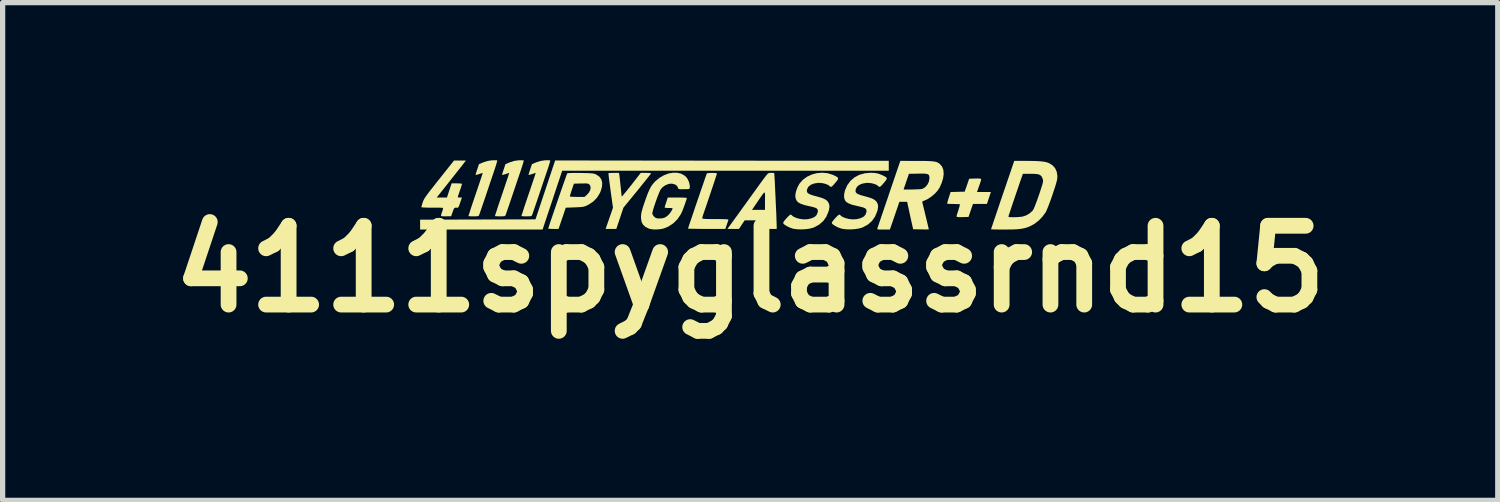
<source format=kicad_pcb>
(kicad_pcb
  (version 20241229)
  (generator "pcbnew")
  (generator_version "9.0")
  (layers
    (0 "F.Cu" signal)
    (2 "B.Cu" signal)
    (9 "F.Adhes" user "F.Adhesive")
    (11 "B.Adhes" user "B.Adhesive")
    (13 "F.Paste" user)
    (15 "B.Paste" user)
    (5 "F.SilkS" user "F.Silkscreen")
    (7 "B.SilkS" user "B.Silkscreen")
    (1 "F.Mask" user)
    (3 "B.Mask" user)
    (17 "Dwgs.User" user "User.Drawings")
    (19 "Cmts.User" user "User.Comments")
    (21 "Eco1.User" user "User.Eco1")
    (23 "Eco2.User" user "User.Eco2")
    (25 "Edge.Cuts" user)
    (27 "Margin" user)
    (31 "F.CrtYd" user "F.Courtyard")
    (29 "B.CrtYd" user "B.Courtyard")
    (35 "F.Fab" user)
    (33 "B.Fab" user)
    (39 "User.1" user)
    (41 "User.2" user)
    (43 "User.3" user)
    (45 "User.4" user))
  (footprint "4111spyglassrnd15"
    (layer "F.Cu")
    (at 11.229 2.069)
    (property "Reference" "4111spyglassrnd15" (at 0 0 0) (layer "F.SilkS") (effects (font (size 1.5 1.5) (thickness 0.3))))
    (attr board_only exclude_from_pos_files exclude_from_bom)
    (fp_poly (pts (xy -0.538 -2.061) (xy 2.637 -2.058) (xy 2.637 -1.964) (xy 2.637 -1.87) (xy -0.471 -1.87) (xy -3.579 -1.87) (xy -3.765 -1.31) (xy -3.952 -0.75) (xy -5.117 -0.75) (xy -6.283 -0.75) (xy -6.283 -0.844) (xy -6.283 -0.938) (xy -5.185 -0.941) (xy -4.087 -0.944) (xy -3.9 -1.504) (xy -3.713 -2.065)) (stroke (width 0) (type solid)) (fill yes) (layer "F.SilkS"))
    (fp_poly (pts (xy -2.491 -1.79) (xy -2.488 -1.766) (xy -2.483 -1.723) (xy -2.477 -1.666) (xy -2.47 -1.602) (xy -2.467 -1.571) (xy -2.46 -1.508) (xy -2.454 -1.453) (xy -2.45 -1.41) (xy -2.447 -1.384) (xy -2.446 -1.379) (xy -2.438 -1.384) (xy -2.418 -1.407) (xy -2.388 -1.443) (xy -2.349 -1.49) (xy -2.303 -1.547) (xy -2.263 -1.598) (xy -2.083 -1.829) (xy -1.985 -1.829) (xy -1.94 -1.827) (xy -1.907 -1.825) (xy -1.889 -1.821) (xy -1.887 -1.819) (xy -1.894 -1.808) (xy -1.915 -1.781) (xy -1.947 -1.74) (xy -1.989 -1.688) (xy -2.039 -1.626) (xy -2.095 -1.556) (xy -2.15 -1.488) (xy -2.413 -1.167) (xy -2.481 -0.964) (xy -2.549 -0.762) (xy -2.651 -0.762) (xy -2.752 -0.762) (xy -2.682 -0.964) (xy -2.612 -1.166) (xy -2.658 -1.492) (xy -2.669 -1.576) (xy -2.679 -1.653) (xy -2.688 -1.719) (xy -2.694 -1.771) (xy -2.697 -1.807) (xy -2.698 -1.823) (xy -2.698 -1.823) (xy -2.684 -1.826) (xy -2.653 -1.827) (xy -2.61 -1.828) (xy -2.595 -1.829) (xy -2.498 -1.829)) (stroke (width 0) (type solid)) (fill yes) (layer "F.SilkS"))
    (fp_poly (pts (xy 4.369 -1.72) (xy 4.388 -1.717) (xy 4.395 -1.71) (xy 4.395 -1.706) (xy 4.392 -1.688) (xy 4.382 -1.654) (xy 4.367 -1.609) (xy 4.356 -1.577) (xy 4.316 -1.465) (xy 4.448 -1.465) (xy 4.581 -1.465) (xy 4.543 -1.351) (xy 4.505 -1.237) (xy 4.372 -1.237) (xy 4.24 -1.237) (xy 4.197 -1.114) (xy 4.155 -0.99) (xy 4.041 -0.987) (xy 3.986 -0.986) (xy 3.951 -0.988) (xy 3.933 -0.992) (xy 3.927 -0.999) (xy 3.927 -1) (xy 3.93 -1.017) (xy 3.94 -1.051) (xy 3.954 -1.095) (xy 3.962 -1.119) (xy 3.976 -1.165) (xy 3.986 -1.202) (xy 3.991 -1.225) (xy 3.99 -1.23) (xy 3.976 -1.233) (xy 3.944 -1.235) (xy 3.9 -1.236) (xy 3.867 -1.237) (xy 3.818 -1.237) (xy 3.778 -1.239) (xy 3.753 -1.241) (xy 3.748 -1.243) (xy 3.75 -1.256) (xy 3.758 -1.287) (xy 3.77 -1.329) (xy 3.779 -1.357) (xy 3.814 -1.464) (xy 3.948 -1.468) (xy 4.082 -1.471) (xy 4.125 -1.594) (xy 4.167 -1.717) (xy 4.281 -1.721) (xy 4.335 -1.722)) (stroke (width 0) (type solid)) (fill yes) (layer "F.SilkS"))
    (fp_poly (pts (xy -4.831 -2.068) (xy -4.815 -2.067) (xy -4.815 -2.067) (xy -4.816 -2.055) (xy -4.824 -2.024) (xy -4.837 -1.979) (xy -4.855 -1.923) (xy -4.872 -1.872) (xy -4.894 -1.807) (xy -4.922 -1.725) (xy -4.953 -1.633) (xy -4.986 -1.535) (xy -5.019 -1.437) (xy -5.041 -1.371) (xy -5.069 -1.289) (xy -5.095 -1.213) (xy -5.118 -1.146) (xy -5.137 -1.091) (xy -5.15 -1.052) (xy -5.158 -1.032) (xy -5.158 -1.031) (xy -5.165 -1.016) (xy -5.176 -1.007) (xy -5.196 -1.003) (xy -5.23 -1.002) (xy -5.264 -1.002) (xy -5.309 -1.002) (xy -5.343 -1.004) (xy -5.361 -1.005) (xy -5.362 -1.006) (xy -5.36 -1.018) (xy -5.35 -1.049) (xy -5.334 -1.097) (xy -5.314 -1.161) (xy -5.289 -1.236) (xy -5.26 -1.321) (xy -5.229 -1.414) (xy -5.227 -1.419) (xy -5.195 -1.512) (xy -5.167 -1.597) (xy -5.141 -1.673) (xy -5.12 -1.736) (xy -5.104 -1.785) (xy -5.095 -1.817) (xy -5.091 -1.828) (xy -5.091 -1.829) (xy -5.104 -1.825) (xy -5.131 -1.816) (xy -5.161 -1.806) (xy -5.196 -1.795) (xy -5.22 -1.79) (xy -5.228 -1.792) (xy -5.224 -1.806) (xy -5.215 -1.837) (xy -5.201 -1.879) (xy -5.195 -1.898) (xy -5.162 -1.996) (xy -5.075 -2.031) (xy -4.997 -2.056) (xy -4.922 -2.067) (xy -4.905 -2.068) (xy -4.863 -2.069)) (stroke (width 0) (type solid)) (fill yes) (layer "F.SilkS"))
    (fp_poly (pts (xy -4.327 -2.068) (xy -4.311 -2.067) (xy -4.311 -2.067) (xy -4.312 -2.055) (xy -4.32 -2.024) (xy -4.333 -1.979) (xy -4.351 -1.923) (xy -4.368 -1.872) (xy -4.39 -1.807) (xy -4.418 -1.725) (xy -4.449 -1.633) (xy -4.482 -1.535) (xy -4.515 -1.437) (xy -4.537 -1.371) (xy -4.565 -1.289) (xy -4.591 -1.213) (xy -4.614 -1.146) (xy -4.633 -1.091) (xy -4.646 -1.052) (xy -4.654 -1.032) (xy -4.654 -1.031) (xy -4.661 -1.016) (xy -4.672 -1.007) (xy -4.692 -1.003) (xy -4.726 -1.002) (xy -4.76 -1.002) (xy -4.805 -1.002) (xy -4.839 -1.004) (xy -4.857 -1.005) (xy -4.858 -1.006) (xy -4.856 -1.018) (xy -4.846 -1.049) (xy -4.83 -1.097) (xy -4.81 -1.161) (xy -4.785 -1.236) (xy -4.756 -1.321) (xy -4.725 -1.414) (xy -4.723 -1.419) (xy -4.691 -1.512) (xy -4.663 -1.597) (xy -4.637 -1.673) (xy -4.616 -1.736) (xy -4.6 -1.785) (xy -4.591 -1.817) (xy -4.587 -1.828) (xy -4.587 -1.829) (xy -4.599 -1.825) (xy -4.627 -1.816) (xy -4.657 -1.806) (xy -4.692 -1.795) (xy -4.716 -1.79) (xy -4.724 -1.792) (xy -4.72 -1.806) (xy -4.711 -1.837) (xy -4.697 -1.879) (xy -4.691 -1.898) (xy -4.658 -1.996) (xy -4.571 -2.031) (xy -4.493 -2.056) (xy -4.418 -2.067) (xy -4.401 -2.068) (xy -4.359 -2.069)) (stroke (width 0) (type solid)) (fill yes) (layer "F.SilkS"))
    (fp_poly (pts (xy -3.823 -2.068) (xy -3.807 -2.067) (xy -3.807 -2.067) (xy -3.808 -2.055) (xy -3.816 -2.024) (xy -3.829 -1.979) (xy -3.847 -1.923) (xy -3.864 -1.872) (xy -3.886 -1.807) (xy -3.914 -1.725) (xy -3.945 -1.633) (xy -3.978 -1.535) (xy -4.011 -1.437) (xy -4.033 -1.371) (xy -4.061 -1.289) (xy -4.087 -1.213) (xy -4.11 -1.146) (xy -4.129 -1.091) (xy -4.142 -1.052) (xy -4.15 -1.032) (xy -4.15 -1.031) (xy -4.157 -1.016) (xy -4.168 -1.007) (xy -4.188 -1.003) (xy -4.222 -1.002) (xy -4.256 -1.002) (xy -4.301 -1.002) (xy -4.335 -1.004) (xy -4.353 -1.005) (xy -4.354 -1.006) (xy -4.352 -1.018) (xy -4.342 -1.049) (xy -4.326 -1.097) (xy -4.306 -1.161) (xy -4.281 -1.236) (xy -4.252 -1.321) (xy -4.221 -1.414) (xy -4.219 -1.419) (xy -4.187 -1.512) (xy -4.159 -1.597) (xy -4.133 -1.673) (xy -4.112 -1.736) (xy -4.096 -1.785) (xy -4.086 -1.817) (xy -4.083 -1.828) (xy -4.083 -1.829) (xy -4.095 -1.825) (xy -4.123 -1.816) (xy -4.153 -1.806) (xy -4.188 -1.795) (xy -4.212 -1.79) (xy -4.22 -1.792) (xy -4.216 -1.806) (xy -4.207 -1.837) (xy -4.193 -1.879) (xy -4.187 -1.898) (xy -4.154 -1.996) (xy -4.067 -2.031) (xy -3.988 -2.056) (xy -3.914 -2.067) (xy -3.897 -2.068) (xy -3.855 -2.069)) (stroke (width 0) (type solid)) (fill yes) (layer "F.SilkS"))
    (fp_poly (pts (xy 0.39 -1.829) (xy 0.4 -1.829) (xy 0.433 -1.828) (xy 0.454 -1.827) (xy 0.457 -1.826) (xy 0.459 -1.8) (xy 0.462 -1.755) (xy 0.466 -1.692) (xy 0.47 -1.616) (xy 0.474 -1.529) (xy 0.478 -1.435) (xy 0.483 -1.337) (xy 0.487 -1.238) (xy 0.492 -1.141) (xy 0.496 -1.05) (xy 0.499 -0.968) (xy 0.501 -0.898) (xy 0.503 -0.844) (xy 0.504 -0.808) (xy 0.504 -0.802) (xy 0.504 -0.762) (xy 0.399 -0.762) (xy 0.293 -0.762) (xy 0.293 -0.844) (xy 0.293 -0.926) (xy 0.094 -0.926) (xy -0.105 -0.926) (xy -0.16 -0.844) (xy -0.214 -0.762) (xy -0.324 -0.762) (xy -0.434 -0.762) (xy -0.279 -0.976) (xy -0.228 -1.046) (xy -0.171 -1.125) (xy 0.034 -1.125) (xy 0.158 -1.125) (xy 0.281 -1.125) (xy 0.281 -1.303) (xy 0.282 -1.365) (xy 0.282 -1.412) (xy 0.28 -1.441) (xy 0.274 -1.455) (xy 0.262 -1.45) (xy 0.243 -1.429) (xy 0.215 -1.39) (xy 0.175 -1.332) (xy 0.136 -1.275) (xy 0.034 -1.125) (xy -0.171 -1.125) (xy -0.168 -1.13) (xy -0.101 -1.222) (xy -0.033 -1.316) (xy 0.032 -1.407) (xy 0.074 -1.465) (xy 0.141 -1.558) (xy 0.195 -1.633) (xy 0.239 -1.693) (xy 0.274 -1.74) (xy 0.301 -1.774) (xy 0.321 -1.799) (xy 0.338 -1.814) (xy 0.351 -1.824) (xy 0.363 -1.828) (xy 0.376 -1.829)) (stroke (width 0) (type solid)) (fill yes) (layer "F.SilkS"))
    (fp_poly (pts (xy -0.703 -1.828) (xy -0.667 -1.826) (xy -0.641 -1.822) (xy -0.633 -1.817) (xy -0.637 -1.804) (xy -0.647 -1.771) (xy -0.663 -1.723) (xy -0.683 -1.66) (xy -0.707 -1.588) (xy -0.734 -1.509) (xy -0.762 -1.425) (xy -0.791 -1.339) (xy -0.819 -1.256) (xy -0.846 -1.177) (xy -0.871 -1.105) (xy -0.878 -1.085) (xy -0.894 -1.038) (xy -0.906 -0.998) (xy -0.913 -0.972) (xy -0.914 -0.965) (xy -0.91 -0.96) (xy -0.896 -0.956) (xy -0.869 -0.953) (xy -0.827 -0.951) (xy -0.768 -0.95) (xy -0.688 -0.949) (xy -0.661 -0.949) (xy -0.575 -0.949) (xy -0.51 -0.948) (xy -0.463 -0.946) (xy -0.433 -0.944) (xy -0.418 -0.94) (xy -0.414 -0.935) (xy -0.414 -0.935) (xy -0.421 -0.917) (xy -0.432 -0.884) (xy -0.446 -0.842) (xy -0.447 -0.841) (xy -0.473 -0.762) (xy -0.829 -0.762) (xy -0.917 -0.762) (xy -0.998 -0.763) (xy -1.067 -0.764) (xy -1.123 -0.765) (xy -1.162 -0.766) (xy -1.182 -0.768) (xy -1.184 -0.768) (xy -1.18 -0.781) (xy -1.17 -0.813) (xy -1.154 -0.862) (xy -1.132 -0.925) (xy -1.107 -0.999) (xy -1.079 -1.082) (xy -1.049 -1.172) (xy -1.017 -1.265) (xy -0.985 -1.358) (xy -0.954 -1.45) (xy -0.924 -1.537) (xy -0.896 -1.617) (xy -0.872 -1.688) (xy -0.852 -1.745) (xy -0.837 -1.788) (xy -0.828 -1.812) (xy -0.826 -1.817) (xy -0.812 -1.823) (xy -0.783 -1.826) (xy -0.744 -1.828)) (stroke (width 0) (type solid)) (fill yes) (layer "F.SilkS"))
    (fp_poly (pts (xy -5.446 -2.019) (xy -5.464 -1.995) (xy -5.496 -1.954) (xy -5.541 -1.897) (xy -5.599 -1.824) (xy -5.668 -1.737) (xy -5.747 -1.636) (xy -5.837 -1.523) (xy -5.904 -1.439) (xy -5.967 -1.36) (xy -5.87 -1.36) (xy -5.772 -1.36) (xy -5.728 -1.494) (xy -5.683 -1.629) (xy -5.584 -1.629) (xy -5.54 -1.628) (xy -5.505 -1.625) (xy -5.487 -1.621) (xy -5.486 -1.619) (xy -5.489 -1.605) (xy -5.499 -1.573) (xy -5.513 -1.529) (xy -5.527 -1.49) (xy -5.543 -1.441) (xy -5.557 -1.401) (xy -5.565 -1.374) (xy -5.568 -1.365) (xy -5.557 -1.362) (xy -5.532 -1.36) (xy -5.527 -1.36) (xy -5.487 -1.36) (xy -5.514 -1.281) (xy -5.532 -1.229) (xy -5.545 -1.195) (xy -5.555 -1.176) (xy -5.565 -1.167) (xy -5.578 -1.165) (xy -5.592 -1.166) (xy -5.613 -1.167) (xy -5.628 -1.161) (xy -5.64 -1.145) (xy -5.653 -1.114) (xy -5.668 -1.073) (xy -5.693 -1.003) (xy -5.781 -1.002) (xy -5.826 -1.002) (xy -5.861 -1.003) (xy -5.881 -1.005) (xy -5.882 -1.005) (xy -5.885 -1.018) (xy -5.878 -1.048) (xy -5.866 -1.084) (xy -5.851 -1.127) (xy -5.847 -1.153) (xy -5.852 -1.163) (xy -5.852 -1.163) (xy -5.868 -1.165) (xy -5.904 -1.166) (xy -5.954 -1.167) (xy -6.015 -1.167) (xy -6.063 -1.167) (xy -6.134 -1.167) (xy -6.192 -1.169) (xy -6.233 -1.171) (xy -6.256 -1.175) (xy -6.259 -1.177) (xy -6.256 -1.193) (xy -6.247 -1.225) (xy -6.234 -1.265) (xy -6.234 -1.267) (xy -6.226 -1.289) (xy -6.216 -1.311) (xy -6.203 -1.336) (xy -6.185 -1.365) (xy -6.16 -1.4) (xy -6.127 -1.445) (xy -6.085 -1.5) (xy -6.031 -1.568) (xy -5.966 -1.651) (xy -5.923 -1.705) (xy -5.638 -2.063) (xy -5.525 -2.063) (xy -5.412 -2.063)) (stroke (width 0) (type solid)) (fill yes) (layer "F.SilkS"))
    (fp_poly (pts (xy -3.249 -1.827) (xy -3.227 -1.827) (xy -3.145 -1.825) (xy -3.082 -1.824) (xy -3.036 -1.821) (xy -3.002 -1.818) (xy -2.976 -1.814) (xy -2.955 -1.807) (xy -2.935 -1.799) (xy -2.924 -1.793) (xy -2.869 -1.754) (xy -2.833 -1.702) (xy -2.817 -1.639) (xy -2.821 -1.566) (xy -2.845 -1.483) (xy -2.862 -1.444) (xy -2.916 -1.356) (xy -2.989 -1.282) (xy -3.079 -1.223) (xy -3.091 -1.217) (xy -3.122 -1.202) (xy -3.15 -1.191) (xy -3.178 -1.184) (xy -3.212 -1.179) (xy -3.258 -1.176) (xy -3.321 -1.173) (xy -3.34 -1.172) (xy -3.511 -1.166) (xy -3.579 -0.964) (xy -3.648 -0.762) (xy -3.746 -0.762) (xy -3.791 -0.763) (xy -3.825 -0.764) (xy -3.843 -0.767) (xy -3.845 -0.768) (xy -3.841 -0.781) (xy -3.83 -0.814) (xy -3.814 -0.864) (xy -3.793 -0.928) (xy -3.767 -1.003) (xy -3.739 -1.086) (xy -3.708 -1.176) (xy -3.676 -1.269) (xy -3.644 -1.363) (xy -3.638 -1.381) (xy -3.434 -1.381) (xy -3.423 -1.377) (xy -3.394 -1.374) (xy -3.349 -1.372) (xy -3.295 -1.371) (xy -3.294 -1.371) (xy -3.154 -1.371) (xy -3.111 -1.409) (xy -3.07 -1.454) (xy -3.045 -1.502) (xy -3.037 -1.548) (xy -3.047 -1.589) (xy -3.06 -1.606) (xy -3.072 -1.616) (xy -3.087 -1.623) (xy -3.111 -1.627) (xy -3.147 -1.628) (xy -3.2 -1.627) (xy -3.22 -1.627) (xy -3.356 -1.623) (xy -3.395 -1.507) (xy -3.411 -1.458) (xy -3.424 -1.417) (xy -3.432 -1.389) (xy -3.434 -1.381) (xy -3.638 -1.381) (xy -3.612 -1.455) (xy -3.582 -1.542) (xy -3.554 -1.622) (xy -3.529 -1.692) (xy -3.509 -1.75) (xy -3.494 -1.792) (xy -3.484 -1.816) (xy -3.482 -1.82) (xy -3.468 -1.823) (xy -3.434 -1.826) (xy -3.383 -1.827) (xy -3.32 -1.828)) (stroke (width 0) (type solid)) (fill yes) (layer "F.SilkS"))
    (fp_poly (pts (xy 2.372 -1.827) (xy 2.437 -1.815) (xy 2.501 -1.79) (xy 2.526 -1.779) (xy 2.569 -1.757) (xy 2.593 -1.739) (xy 2.6 -1.72) (xy 2.589 -1.696) (xy 2.563 -1.661) (xy 2.546 -1.641) (xy 2.509 -1.598) (xy 2.484 -1.573) (xy 2.465 -1.562) (xy 2.451 -1.565) (xy 2.438 -1.576) (xy 2.408 -1.599) (xy 2.362 -1.618) (xy 2.306 -1.632) (xy 2.248 -1.638) (xy 2.215 -1.638) (xy 2.14 -1.626) (xy 2.079 -1.602) (xy 2.035 -1.567) (xy 2.01 -1.523) (xy 2.004 -1.487) (xy 2.008 -1.463) (xy 2.022 -1.444) (xy 2.049 -1.426) (xy 2.092 -1.409) (xy 2.155 -1.39) (xy 2.176 -1.385) (xy 2.25 -1.364) (xy 2.306 -1.346) (xy 2.346 -1.328) (xy 2.376 -1.309) (xy 2.398 -1.286) (xy 2.402 -1.283) (xy 2.426 -1.24) (xy 2.434 -1.192) (xy 2.427 -1.132) (xy 2.416 -1.093) (xy 2.375 -0.995) (xy 2.317 -0.913) (xy 2.241 -0.846) (xy 2.147 -0.794) (xy 2.124 -0.785) (xy 2.066 -0.769) (xy 1.992 -0.758) (xy 1.912 -0.753) (xy 1.833 -0.754) (xy 1.764 -0.762) (xy 1.735 -0.768) (xy 1.681 -0.787) (xy 1.629 -0.812) (xy 1.585 -0.838) (xy 1.56 -0.861) (xy 1.553 -0.875) (xy 1.558 -0.892) (xy 1.578 -0.92) (xy 1.58 -0.923) (xy 1.612 -0.96) (xy 1.648 -0.998) (xy 1.656 -1.006) (xy 1.681 -1.028) (xy 1.696 -1.036) (xy 1.707 -1.03) (xy 1.712 -1.025) (xy 1.749 -0.995) (xy 1.804 -0.971) (xy 1.869 -0.953) (xy 1.939 -0.944) (xy 2.008 -0.946) (xy 2.026 -0.948) (xy 2.101 -0.966) (xy 2.156 -0.993) (xy 2.191 -1.029) (xy 2.21 -1.077) (xy 2.212 -1.088) (xy 2.213 -1.116) (xy 2.205 -1.138) (xy 2.186 -1.155) (xy 2.152 -1.17) (xy 2.099 -1.184) (xy 2.045 -1.196) (xy 1.951 -1.218) (xy 1.881 -1.244) (xy 1.832 -1.272) (xy 1.809 -1.297) (xy 1.788 -1.349) (xy 1.786 -1.413) (xy 1.801 -1.487) (xy 1.805 -1.499) (xy 1.849 -1.597) (xy 1.91 -1.679) (xy 1.987 -1.744) (xy 2.077 -1.792) (xy 2.182 -1.821) (xy 2.297 -1.831)) (stroke (width 0) (type solid)) (fill yes) (layer "F.SilkS"))
    (fp_poly (pts (xy 1.469 -1.823) (xy 1.565 -1.794) (xy 1.579 -1.788) (xy 1.63 -1.764) (xy 1.661 -1.745) (xy 1.673 -1.726) (xy 1.668 -1.704) (xy 1.646 -1.672) (xy 1.62 -1.641) (xy 1.583 -1.598) (xy 1.558 -1.573) (xy 1.539 -1.562) (xy 1.525 -1.565) (xy 1.512 -1.576) (xy 1.482 -1.599) (xy 1.436 -1.618) (xy 1.38 -1.632) (xy 1.322 -1.638) (xy 1.289 -1.638) (xy 1.214 -1.626) (xy 1.153 -1.602) (xy 1.109 -1.567) (xy 1.084 -1.523) (xy 1.078 -1.487) (xy 1.082 -1.463) (xy 1.096 -1.444) (xy 1.123 -1.426) (xy 1.166 -1.409) (xy 1.229 -1.39) (xy 1.25 -1.385) (xy 1.324 -1.364) (xy 1.38 -1.346) (xy 1.42 -1.328) (xy 1.45 -1.309) (xy 1.473 -1.286) (xy 1.476 -1.283) (xy 1.5 -1.24) (xy 1.508 -1.192) (xy 1.501 -1.132) (xy 1.49 -1.093) (xy 1.449 -0.995) (xy 1.391 -0.913) (xy 1.315 -0.846) (xy 1.221 -0.794) (xy 1.198 -0.785) (xy 1.14 -0.769) (xy 1.066 -0.758) (xy 0.986 -0.753) (xy 0.907 -0.754) (xy 0.838 -0.762) (xy 0.809 -0.768) (xy 0.755 -0.787) (xy 0.703 -0.812) (xy 0.659 -0.838) (xy 0.634 -0.861) (xy 0.627 -0.875) (xy 0.632 -0.892) (xy 0.652 -0.92) (xy 0.654 -0.923) (xy 0.686 -0.96) (xy 0.722 -0.998) (xy 0.73 -1.006) (xy 0.755 -1.028) (xy 0.77 -1.036) (xy 0.781 -1.03) (xy 0.786 -1.025) (xy 0.823 -0.995) (xy 0.878 -0.971) (xy 0.943 -0.953) (xy 1.013 -0.944) (xy 1.082 -0.946) (xy 1.1 -0.948) (xy 1.175 -0.966) (xy 1.23 -0.993) (xy 1.265 -1.029) (xy 1.284 -1.077) (xy 1.286 -1.088) (xy 1.287 -1.116) (xy 1.279 -1.138) (xy 1.26 -1.155) (xy 1.226 -1.17) (xy 1.173 -1.184) (xy 1.119 -1.196) (xy 1.033 -1.216) (xy 0.967 -1.238) (xy 0.919 -1.263) (xy 0.887 -1.294) (xy 0.868 -1.332) (xy 0.859 -1.374) (xy 0.861 -1.425) (xy 0.875 -1.487) (xy 0.899 -1.551) (xy 0.93 -1.611) (xy 0.939 -1.626) (xy 1.002 -1.697) (xy 1.081 -1.755) (xy 1.17 -1.797) (xy 1.268 -1.823) (xy 1.368 -1.832)) (stroke (width 0) (type solid)) (fill yes) (layer "F.SilkS"))
    (fp_poly (pts (xy 3.172 -2.056) (xy 3.276 -2.056) (xy 3.36 -2.055) (xy 3.426 -2.052) (xy 3.477 -2.048) (xy 3.517 -2.042) (xy 3.548 -2.034) (xy 3.573 -2.023) (xy 3.595 -2.009) (xy 3.612 -1.995) (xy 3.653 -1.946) (xy 3.676 -1.883) (xy 3.682 -1.809) (xy 3.671 -1.724) (xy 3.642 -1.632) (xy 3.604 -1.547) (xy 3.566 -1.49) (xy 3.512 -1.431) (xy 3.448 -1.377) (xy 3.382 -1.333) (xy 3.319 -1.303) (xy 3.314 -1.301) (xy 3.284 -1.289) (xy 3.274 -1.275) (xy 3.275 -1.268) (xy 3.28 -1.251) (xy 3.288 -1.216) (xy 3.3 -1.167) (xy 3.315 -1.109) (xy 3.33 -1.044) (xy 3.346 -0.978) (xy 3.362 -0.913) (xy 3.376 -0.854) (xy 3.387 -0.806) (xy 3.395 -0.772) (xy 3.399 -0.755) (xy 3.399 -0.754) (xy 3.388 -0.753) (xy 3.358 -0.752) (xy 3.314 -0.752) (xy 3.259 -0.753) (xy 3.25 -0.753) (xy 3.101 -0.756) (xy 3.058 -0.949) (xy 3.042 -1.02) (xy 3.028 -1.087) (xy 3.015 -1.147) (xy 3.005 -1.192) (xy 3.001 -1.21) (xy 2.987 -1.278) (xy 2.913 -1.278) (xy 2.839 -1.278) (xy 2.798 -1.157) (xy 2.777 -1.096) (xy 2.752 -1.022) (xy 2.726 -0.947) (xy 2.708 -0.894) (xy 2.658 -0.75) (xy 2.535 -0.75) (xy 2.481 -0.75) (xy 2.446 -0.751) (xy 2.427 -0.754) (xy 2.419 -0.76) (xy 2.419 -0.769) (xy 2.421 -0.777) (xy 2.427 -0.792) (xy 2.439 -0.828) (xy 2.457 -0.882) (xy 2.481 -0.952) (xy 2.509 -1.035) (xy 2.542 -1.131) (xy 2.577 -1.236) (xy 2.616 -1.348) (xy 2.643 -1.43) (xy 2.672 -1.515) (xy 2.919 -1.515) (xy 2.929 -1.512) (xy 2.958 -1.511) (xy 3.001 -1.511) (xy 3.053 -1.512) (xy 3.108 -1.513) (xy 3.163 -1.515) (xy 3.213 -1.517) (xy 3.251 -1.52) (xy 3.275 -1.524) (xy 3.278 -1.525) (xy 3.33 -1.556) (xy 3.372 -1.604) (xy 3.401 -1.663) (xy 3.411 -1.726) (xy 3.411 -1.727) (xy 3.41 -1.759) (xy 3.403 -1.782) (xy 3.389 -1.799) (xy 3.364 -1.808) (xy 3.324 -1.814) (xy 3.268 -1.815) (xy 3.194 -1.814) (xy 3.021 -1.811) (xy 2.97 -1.664) (xy 2.952 -1.61) (xy 2.936 -1.564) (xy 2.925 -1.532) (xy 2.919 -1.516) (xy 2.919 -1.515) (xy 2.672 -1.515) (xy 2.857 -2.057)) (stroke (width 0) (type solid)) (fill yes) (layer "F.SilkS"))
    (fp_poly (pts (xy -1.39 -1.831) (xy -1.316 -1.814) (xy -1.252 -1.779) (xy -1.214 -1.744) (xy -1.183 -1.696) (xy -1.16 -1.638) (xy -1.15 -1.58) (xy -1.15 -1.547) (xy -1.153 -1.534) (xy -1.161 -1.525) (xy -1.177 -1.521) (xy -1.206 -1.518) (xy -1.254 -1.518) (xy -1.262 -1.518) (xy -1.312 -1.517) (xy -1.344 -1.519) (xy -1.362 -1.523) (xy -1.371 -1.531) (xy -1.375 -1.544) (xy -1.376 -1.548) (xy -1.394 -1.582) (xy -1.431 -1.608) (xy -1.482 -1.622) (xy -1.495 -1.624) (xy -1.552 -1.618) (xy -1.612 -1.595) (xy -1.666 -1.558) (xy -1.7 -1.521) (xy -1.714 -1.496) (xy -1.733 -1.453) (xy -1.755 -1.398) (xy -1.779 -1.335) (xy -1.802 -1.269) (xy -1.824 -1.204) (xy -1.843 -1.145) (xy -1.856 -1.097) (xy -1.863 -1.064) (xy -1.864 -1.057) (xy -1.856 -1.031) (xy -1.836 -1.002) (xy -1.829 -0.995) (xy -1.805 -0.975) (xy -1.78 -0.965) (xy -1.745 -0.961) (xy -1.731 -0.961) (xy -1.674 -0.964) (xy -1.63 -0.976) (xy -1.59 -1) (xy -1.565 -1.021) (xy -1.539 -1.048) (xy -1.513 -1.083) (xy -1.491 -1.118) (xy -1.478 -1.146) (xy -1.477 -1.154) (xy -1.488 -1.157) (xy -1.516 -1.16) (xy -1.553 -1.16) (xy -1.592 -1.162) (xy -1.619 -1.165) (xy -1.629 -1.169) (xy -1.626 -1.184) (xy -1.617 -1.214) (xy -1.603 -1.256) (xy -1.599 -1.269) (xy -1.569 -1.36) (xy -1.388 -1.36) (xy -1.326 -1.359) (xy -1.273 -1.358) (xy -1.233 -1.355) (xy -1.211 -1.352) (xy -1.207 -1.35) (xy -1.211 -1.33) (xy -1.223 -1.294) (xy -1.239 -1.246) (xy -1.258 -1.193) (xy -1.278 -1.14) (xy -1.297 -1.092) (xy -1.314 -1.055) (xy -1.321 -1.041) (xy -1.384 -0.948) (xy -1.463 -0.869) (xy -1.554 -0.809) (xy -1.642 -0.772) (xy -1.705 -0.758) (xy -1.775 -0.752) (xy -1.844 -0.752) (xy -1.903 -0.761) (xy -1.924 -0.766) (xy -1.991 -0.798) (xy -2.038 -0.84) (xy -2.067 -0.893) (xy -2.078 -0.962) (xy -2.079 -0.99) (xy -2.077 -1.026) (xy -2.072 -1.063) (xy -2.062 -1.106) (xy -2.047 -1.159) (xy -2.025 -1.227) (xy -2.012 -1.266) (xy -1.977 -1.364) (xy -1.948 -1.443) (xy -1.92 -1.506) (xy -1.894 -1.557) (xy -1.866 -1.6) (xy -1.835 -1.638) (xy -1.8 -1.675) (xy -1.798 -1.676) (xy -1.722 -1.738) (xy -1.64 -1.785) (xy -1.555 -1.817) (xy -1.47 -1.832)) (stroke (width 0) (type solid)) (fill yes) (layer "F.SilkS"))
    (fp_poly (pts (xy 5.346 -2.056) (xy 5.442 -2.054) (xy 5.521 -2.049) (xy 5.584 -2.042) (xy 5.635 -2.032) (xy 5.676 -2.019) (xy 5.685 -2.015) (xy 5.752 -1.974) (xy 5.802 -1.919) (xy 5.834 -1.85) (xy 5.846 -1.771) (xy 5.844 -1.717) (xy 5.836 -1.681) (xy 5.822 -1.627) (xy 5.802 -1.56) (xy 5.777 -1.485) (xy 5.75 -1.404) (xy 5.722 -1.324) (xy 5.694 -1.248) (xy 5.668 -1.18) (xy 5.645 -1.124) (xy 5.627 -1.086) (xy 5.624 -1.08) (xy 5.565 -0.999) (xy 5.493 -0.923) (xy 5.412 -0.86) (xy 5.355 -0.828) (xy 5.305 -0.804) (xy 5.256 -0.786) (xy 5.205 -0.773) (xy 5.148 -0.763) (xy 5.082 -0.756) (xy 5.002 -0.752) (xy 4.904 -0.751) (xy 4.844 -0.75) (xy 4.768 -0.75) (xy 4.702 -0.751) (xy 4.647 -0.752) (xy 4.607 -0.753) (xy 4.586 -0.754) (xy 4.583 -0.754) (xy 4.587 -0.766) (xy 4.597 -0.797) (xy 4.614 -0.846) (xy 4.635 -0.911) (xy 4.662 -0.988) (xy 4.665 -0.998) (xy 4.915 -0.998) (xy 4.918 -0.991) (xy 4.932 -0.987) (xy 4.961 -0.985) (xy 5.008 -0.985) (xy 5.014 -0.985) (xy 5.071 -0.986) (xy 5.127 -0.99) (xy 5.173 -0.995) (xy 5.181 -0.996) (xy 5.249 -1.018) (xy 5.314 -1.055) (xy 5.367 -1.101) (xy 5.384 -1.123) (xy 5.397 -1.147) (xy 5.415 -1.189) (xy 5.437 -1.246) (xy 5.462 -1.313) (xy 5.488 -1.387) (xy 5.499 -1.418) (xy 5.526 -1.5) (xy 5.546 -1.562) (xy 5.56 -1.608) (xy 5.569 -1.642) (xy 5.573 -1.666) (xy 5.574 -1.685) (xy 5.571 -1.7) (xy 5.566 -1.716) (xy 5.566 -1.716) (xy 5.551 -1.752) (xy 5.531 -1.777) (xy 5.503 -1.795) (xy 5.464 -1.805) (xy 5.408 -1.81) (xy 5.337 -1.811) (xy 5.19 -1.811) (xy 5.157 -1.717) (xy 5.145 -1.683) (xy 5.127 -1.632) (xy 5.106 -1.569) (xy 5.081 -1.496) (xy 5.054 -1.418) (xy 5.027 -1.337) (xy 5 -1.258) (xy 4.975 -1.184) (xy 4.953 -1.118) (xy 4.936 -1.065) (xy 4.923 -1.027) (xy 4.918 -1.011) (xy 4.915 -0.998) (xy 4.665 -0.998) (xy 4.692 -1.077) (xy 4.724 -1.173) (xy 4.746 -1.238) (xy 4.783 -1.347) (xy 4.82 -1.455) (xy 4.856 -1.56) (xy 4.889 -1.658) (xy 4.919 -1.745) (xy 4.944 -1.818) (xy 4.963 -1.873) (xy 4.967 -1.887) (xy 5.025 -2.057) (xy 5.229 -2.057)) (stroke (width 0) (type solid)) (fill yes) (layer "F.SilkS")))
  (gr_rect
    (start -3 -3)
    (end 25.457 6.473)
    (stroke (width 0.1) (type default))
    (fill no)
    (layer "Edge.Cuts")))
</source>
